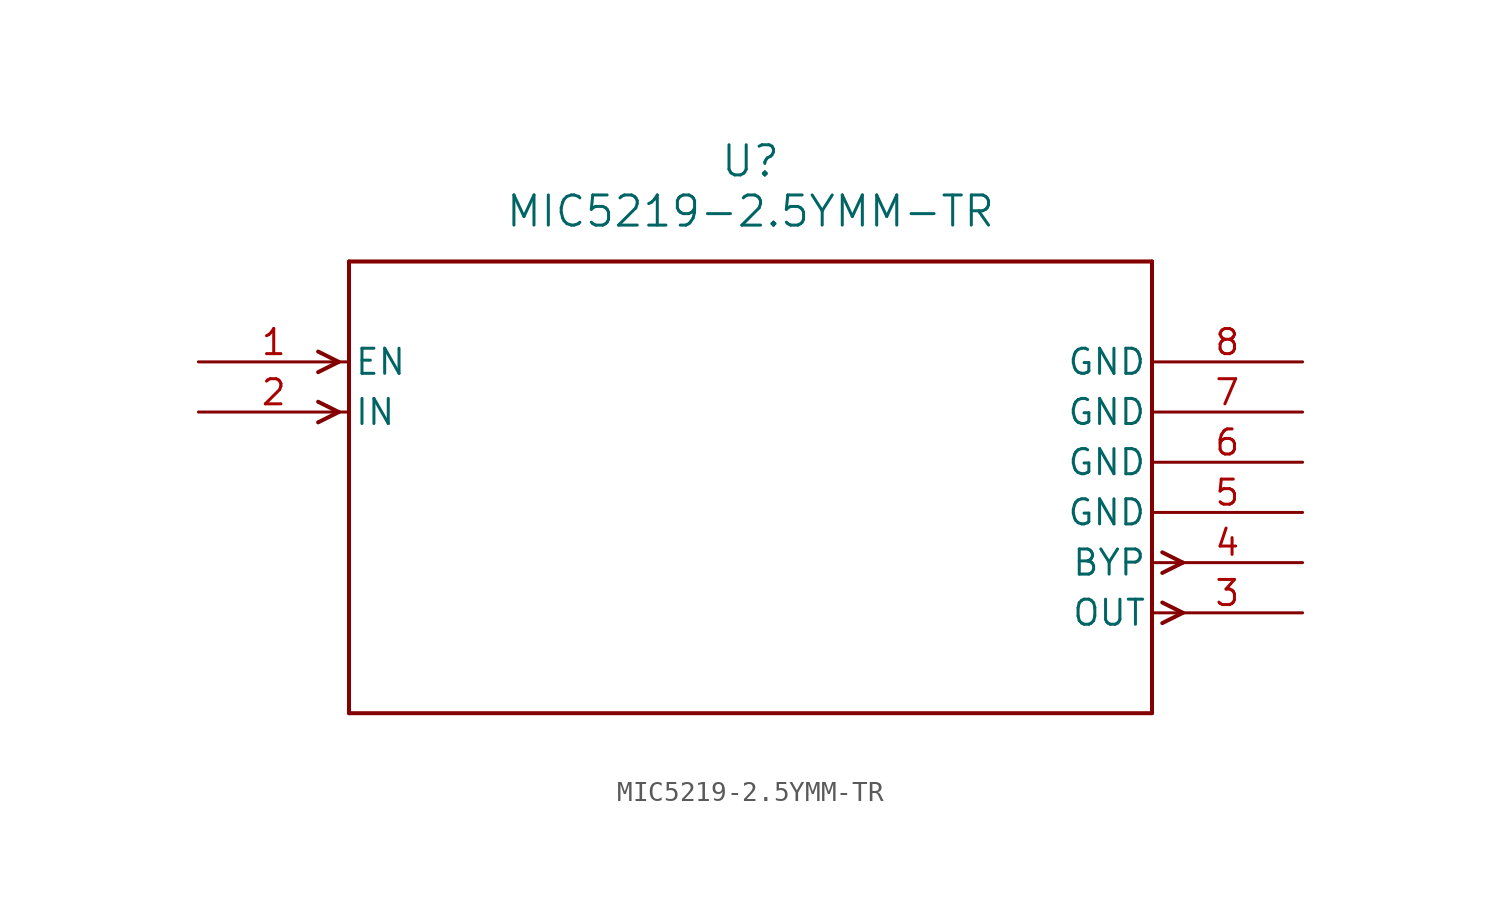
<source format=kicad_sym>
(kicad_symbol_lib
  (version 20211014)
  (generator kicad_symbol_editor)
  (symbol "MIC5219-2.5YMM-TR"
    (pin_names
      (offset 0.254))
    (property "Reference" "U"
      (at 27.94 10.16 0)
      (effects (font (size 1.524 1.524))))
    (property "Value" "MIC5219-2.5YMM-TR"
      (at 27.94 7.62 0)
      (effects (font (size 1.524 1.524))))
    (symbol "MIC5219-2.5YMM-TR_0_1"
      (polyline (pts (xy 7.099 0) (xy 6.058 0.521)) (stroke (width 0.203) (type default) (color 0 0 0 0)) (fill (type none)))
      (polyline (pts (xy 7.099 0) (xy 6.058 -0.521)) (stroke (width 0.203) (type default) (color 0 0 0 0)) (fill (type none)))
      (polyline (pts (xy 7.099 -2.54) (xy 6.058 -2.019)) (stroke (width 0.203) (type default) (color 0 0 0 0)) (fill (type none)))
      (polyline (pts (xy 7.099 -2.54) (xy 6.058 -3.061)) (stroke (width 0.203) (type default) (color 0 0 0 0)) (fill (type none)))
      (polyline (pts (xy 48.781 -12.179) (xy 49.822 -12.7)) (stroke (width 0.203) (type default) (color 0 0 0 0)) (fill (type none)))
      (polyline (pts (xy 48.781 -13.221) (xy 49.822 -12.7)) (stroke (width 0.203) (type default) (color 0 0 0 0)) (fill (type none)))
      (polyline (pts (xy 48.781 -9.639) (xy 49.822 -10.16)) (stroke (width 0.203) (type default) (color 0 0 0 0)) (fill (type none)))
      (polyline (pts (xy 48.781 -10.681) (xy 49.822 -10.16)) (stroke (width 0.203) (type default) (color 0 0 0 0)) (fill (type none)))
      (polyline (pts (xy 7.62 5.08) (xy 7.62 -17.78)) (stroke (width 0.203) (type default) (color 0 0 0 0)) (fill (type none)))
      (polyline (pts (xy 7.62 -17.78) (xy 48.26 -17.78)) (stroke (width 0.203) (type default) (color 0 0 0 0)) (fill (type none)))
      (polyline (pts (xy 48.26 -17.78) (xy 48.26 5.08)) (stroke (width 0.203) (type default) (color 0 0 0 0)) (fill (type none)))
      (polyline (pts (xy 48.26 5.08) (xy 7.62 5.08)) (stroke (width 0.203) (type default) (color 0 0 0 0)) (fill (type none)))
      (pin input line (at 0 0 0) (length 7.62) (name "EN" (effects (font (size 1.27 1.27)))) (number "1" (effects (font (size 1.27 1.27)))))
      (pin input line (at 0 -2.54 0) (length 7.62) (name "IN" (effects (font (size 1.27 1.27)))) (number "2" (effects (font (size 1.27 1.27)))))
      (pin output line (at 55.88 -12.7 180) (length 7.62) (name "OUT" (effects (font (size 1.27 1.27)))) (number "3" (effects (font (size 1.27 1.27)))))
      (pin output line (at 55.88 -10.16 180) (length 7.62) (name "BYP" (effects (font (size 1.27 1.27)))) (number "4" (effects (font (size 1.27 1.27)))))
      (pin power_in line (at 55.88 -7.62 180) (length 7.62) (name "GND" (effects (font (size 1.27 1.27)))) (number "5" (effects (font (size 1.27 1.27)))))
      (pin power_in line (at 55.88 -5.08 180) (length 7.62) (name "GND" (effects (font (size 1.27 1.27)))) (number "6" (effects (font (size 1.27 1.27)))))
      (pin power_in line (at 55.88 -2.54 180) (length 7.62) (name "GND" (effects (font (size 1.27 1.27)))) (number "7" (effects (font (size 1.27 1.27)))))
      (pin power_in line (at 55.88 0 180) (length 7.62) (name "GND" (effects (font (size 1.27 1.27)))) (number "8" (effects (font (size 1.27 1.27))))))))
</source>
